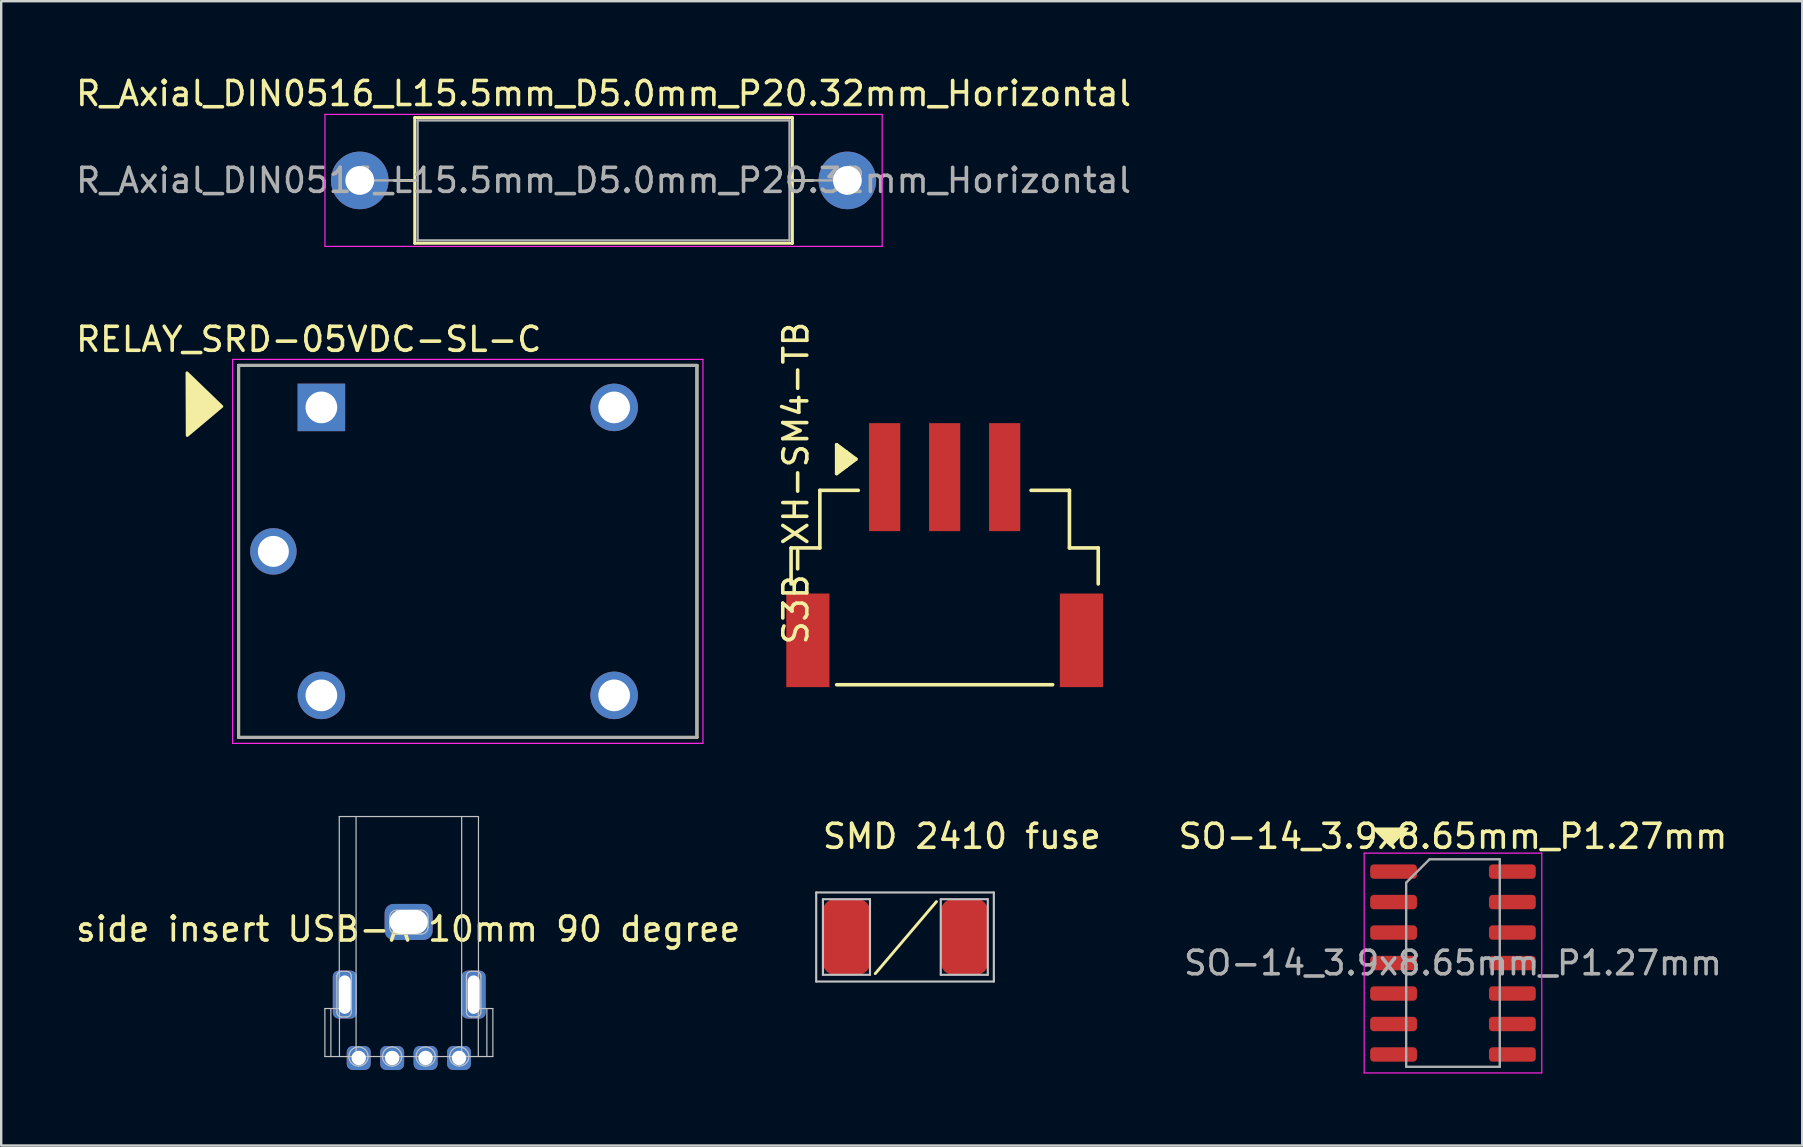
<source format=kicad_pcb>
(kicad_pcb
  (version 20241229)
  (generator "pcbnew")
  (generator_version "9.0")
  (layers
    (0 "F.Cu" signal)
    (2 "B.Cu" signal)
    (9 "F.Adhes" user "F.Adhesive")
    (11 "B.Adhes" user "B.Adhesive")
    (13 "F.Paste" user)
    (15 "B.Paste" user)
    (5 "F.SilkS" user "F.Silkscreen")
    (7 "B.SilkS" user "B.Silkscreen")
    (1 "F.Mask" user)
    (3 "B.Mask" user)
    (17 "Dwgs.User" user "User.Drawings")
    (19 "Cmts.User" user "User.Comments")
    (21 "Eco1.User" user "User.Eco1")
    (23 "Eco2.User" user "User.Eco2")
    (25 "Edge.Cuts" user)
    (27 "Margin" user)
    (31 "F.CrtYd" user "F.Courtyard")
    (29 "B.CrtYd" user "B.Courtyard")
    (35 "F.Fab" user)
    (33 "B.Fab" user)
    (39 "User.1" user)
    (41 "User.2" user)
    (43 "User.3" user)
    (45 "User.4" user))
  (footprint "side insert USB-A 10mm 90 degree"
    (layer "F.Cu")
    (at 13.958 36.167)
    (property "Reference" "side insert USB-A 10mm 90 degree" (at 0 -0.5 0) (unlocked yes) (layer "F.SilkS") (effects (font (size 1 1) (thickness 0.15))))
    (attr smd)
    (fp_line (start -3.47 2.81) (end -2.863 2.81) (stroke (width 0.05) (type solid)) (layer "Dwgs.User"))
    (fp_line (start -3.47 4.81) (end -3.47 2.81) (stroke (width 0.05) (type solid)) (layer "Dwgs.User"))
    (fp_line (start -3.47 4.81) (end 3.53 4.81) (stroke (width 0.05) (type solid)) (layer "Dwgs.User"))
    (fp_line (start -3.22 4.81) (end -3.22 2.81) (stroke (width 0.05) (type solid)) (layer "Dwgs.User"))
    (fp_line (start -2.87 -5.19) (end -2.87 2.81) (stroke (width 0.05) (type solid)) (layer "Dwgs.User"))
    (fp_line (start -2.87 -5.19) (end 2.93 -5.19) (stroke (width 0.05) (type solid)) (layer "Dwgs.User"))
    (fp_line (start -2.863 2.81) (end -2.863 4.81) (stroke (width 0.05) (type solid)) (layer "Dwgs.User"))
    (fp_line (start -2.17 -5.19) (end -2.17 4.81) (stroke (width 0.05) (type solid)) (layer "Dwgs.User"))
    (fp_line (start 2.23 -5.19) (end 2.23 4.81) (stroke (width 0.05) (type solid)) (layer "Dwgs.User"))
    (fp_line (start 2.923 2.81) (end 2.923 4.81) (stroke (width 0.05) (type solid)) (layer "Dwgs.User"))
    (fp_line (start 2.923 2.81) (end 3.53 2.81) (stroke (width 0.05) (type solid)) (layer "Dwgs.User"))
    (fp_line (start 2.93 -5.19) (end 2.93 2.81) (stroke (width 0.05) (type solid)) (layer "Dwgs.User"))
    (fp_line (start 3.28 4.81) (end 3.28 2.81) (stroke (width 0.05) (type solid)) (layer "Dwgs.User"))
    (fp_line (start 3.53 4.81) (end 3.53 2.81) (stroke (width 0.05) (type solid)) (layer "Dwgs.User"))
    (fp_curve (pts (xy -2.97 1.456) (xy -2.97 1.348) (xy -2.882 1.26) (xy -2.774 1.26)) (stroke (width 0.05) (type solid)) (layer "Dwgs.User"))
    (fp_curve (pts (xy -2.97 2.964) (xy -2.97 2.964) (xy -2.97 1.456) (xy -2.97 1.456)) (stroke (width 0.05) (type solid)) (layer "Dwgs.User"))
    (fp_curve (pts (xy -2.774 1.26) (xy -2.774 1.26) (xy -2.566 1.26) (xy -2.566 1.26)) (stroke (width 0.05) (type solid)) (layer "Dwgs.User"))
    (fp_curve (pts (xy -2.774 3.16) (xy -2.882 3.16) (xy -2.97 3.072) (xy -2.97 2.964)) (stroke (width 0.05) (type solid)) (layer "Dwgs.User"))
    (fp_curve (pts (xy -2.566 1.26) (xy -2.458 1.26) (xy -2.37 1.348) (xy -2.37 1.456)) (stroke (width 0.05) (type solid)) (layer "Dwgs.User"))
    (fp_curve (pts (xy -2.566 3.16) (xy -2.566 3.16) (xy -2.774 3.16) (xy -2.774 3.16)) (stroke (width 0.05) (type solid)) (layer "Dwgs.User"))
    (fp_curve (pts (xy -2.47 4.81) (xy -2.47 4.589) (xy -2.291 4.41) (xy -2.07 4.41)) (stroke (width 0.05) (type solid)) (layer "Dwgs.User"))
    (fp_curve (pts (xy -2.37 1.456) (xy -2.37 1.456) (xy -2.37 2.964) (xy -2.37 2.964)) (stroke (width 0.05) (type solid)) (layer "Dwgs.User"))
    (fp_curve (pts (xy -2.37 2.964) (xy -2.37 3.072) (xy -2.458 3.16) (xy -2.566 3.16)) (stroke (width 0.05) (type solid)) (layer "Dwgs.User"))
    (fp_curve (pts (xy -2.07 4.41) (xy -1.849 4.41) (xy -1.67 4.589) (xy -1.67 4.81)) (stroke (width 0.05) (type solid)) (layer "Dwgs.User"))
    (fp_curve (pts (xy -2.07 5.21) (xy -2.291 5.21) (xy -2.47 5.031) (xy -2.47 4.81)) (stroke (width 0.05) (type solid)) (layer "Dwgs.User"))
    (fp_curve (pts (xy -1.67 4.81) (xy -1.67 5.031) (xy -1.849 5.21) (xy -2.07 5.21)) (stroke (width 0.05) (type solid)) (layer "Dwgs.User"))
    (fp_curve (pts (xy -1.07 4.81) (xy -1.07 4.589) (xy -0.891 4.41) (xy -0.67 4.41)) (stroke (width 0.05) (type solid)) (layer "Dwgs.User"))
    (fp_curve (pts (xy -0.77 -1) (xy -0.77 -1.16) (xy -0.64 -1.29) (xy -0.48 -1.29)) (stroke (width 0.05) (type solid)) (layer "Dwgs.User"))
    (fp_curve (pts (xy -0.77 -0.58) (xy -0.77 -0.58) (xy -0.77 -1) (xy -0.77 -1)) (stroke (width 0.05) (type solid)) (layer "Dwgs.User"))
    (fp_curve (pts (xy -0.67 4.41) (xy -0.449 4.41) (xy -0.27 4.589) (xy -0.27 4.81)) (stroke (width 0.05) (type solid)) (layer "Dwgs.User"))
    (fp_curve (pts (xy -0.67 5.21) (xy -0.891 5.21) (xy -1.07 5.031) (xy -1.07 4.81)) (stroke (width 0.05) (type solid)) (layer "Dwgs.User"))
    (fp_curve (pts (xy -0.48 -1.29) (xy -0.48 -1.29) (xy 0.54 -1.29) (xy 0.54 -1.29)) (stroke (width 0.05) (type solid)) (layer "Dwgs.User"))
    (fp_curve (pts (xy -0.48 -0.29) (xy -0.64 -0.29) (xy -0.77 -0.42) (xy -0.77 -0.58)) (stroke (width 0.05) (type solid)) (layer "Dwgs.User"))
    (fp_curve (pts (xy -0.27 4.81) (xy -0.27 5.031) (xy -0.449 5.21) (xy -0.67 5.21)) (stroke (width 0.05) (type solid)) (layer "Dwgs.User"))
    (fp_curve (pts (xy 0.33 4.81) (xy 0.33 4.589) (xy 0.509 4.41) (xy 0.73 4.41)) (stroke (width 0.05) (type solid)) (layer "Dwgs.User"))
    (fp_curve (pts (xy 0.54 -1.29) (xy 0.7 -1.29) (xy 0.83 -1.16) (xy 0.83 -1)) (stroke (width 0.05) (type solid)) (layer "Dwgs.User"))
    (fp_curve (pts (xy 0.54 -0.29) (xy 0.54 -0.29) (xy -0.48 -0.29) (xy -0.48 -0.29)) (stroke (width 0.05) (type solid)) (layer "Dwgs.User"))
    (fp_curve (pts (xy 0.73 4.41) (xy 0.951 4.41) (xy 1.13 4.589) (xy 1.13 4.81)) (stroke (width 0.05) (type solid)) (layer "Dwgs.User"))
    (fp_curve (pts (xy 0.73 5.21) (xy 0.509 5.21) (xy 0.33 5.031) (xy 0.33 4.81)) (stroke (width 0.05) (type solid)) (layer "Dwgs.User"))
    (fp_curve (pts (xy 0.83 -1) (xy 0.83 -1) (xy 0.83 -0.58) (xy 0.83 -0.58)) (stroke (width 0.05) (type solid)) (layer "Dwgs.User"))
    (fp_curve (pts (xy 0.83 -0.58) (xy 0.83 -0.42) (xy 0.7 -0.29) (xy 0.54 -0.29)) (stroke (width 0.05) (type solid)) (layer "Dwgs.User"))
    (fp_curve (pts (xy 1.13 4.81) (xy 1.13 5.031) (xy 0.951 5.21) (xy 0.73 5.21)) (stroke (width 0.05) (type solid)) (layer "Dwgs.User"))
    (fp_curve (pts (xy 1.73 4.81) (xy 1.73 4.589) (xy 1.909 4.41) (xy 2.13 4.41)) (stroke (width 0.05) (type solid)) (layer "Dwgs.User"))
    (fp_curve (pts (xy 2.13 4.41) (xy 2.351 4.41) (xy 2.53 4.589) (xy 2.53 4.81)) (stroke (width 0.05) (type solid)) (layer "Dwgs.User"))
    (fp_curve (pts (xy 2.13 5.21) (xy 1.909 5.21) (xy 1.73 5.031) (xy 1.73 4.81)) (stroke (width 0.05) (type solid)) (layer "Dwgs.User"))
    (fp_curve (pts (xy 2.43 1.456) (xy 2.43 1.348) (xy 2.518 1.26) (xy 2.626 1.26)) (stroke (width 0.05) (type solid)) (layer "Dwgs.User"))
    (fp_curve (pts (xy 2.43 2.964) (xy 2.43 2.964) (xy 2.43 1.456) (xy 2.43 1.456)) (stroke (width 0.05) (type solid)) (layer "Dwgs.User"))
    (fp_curve (pts (xy 2.53 4.81) (xy 2.53 5.031) (xy 2.351 5.21) (xy 2.13 5.21)) (stroke (width 0.05) (type solid)) (layer "Dwgs.User"))
    (fp_curve (pts (xy 2.626 1.26) (xy 2.626 1.26) (xy 2.834 1.26) (xy 2.834 1.26)) (stroke (width 0.05) (type solid)) (layer "Dwgs.User"))
    (fp_curve (pts (xy 2.626 3.16) (xy 2.518 3.16) (xy 2.43 3.072) (xy 2.43 2.964)) (stroke (width 0.05) (type solid)) (layer "Dwgs.User"))
    (fp_curve (pts (xy 2.834 1.26) (xy 2.942 1.26) (xy 3.03 1.348) (xy 3.03 1.456)) (stroke (width 0.05) (type solid)) (layer "Dwgs.User"))
    (fp_curve (pts (xy 2.834 3.16) (xy 2.834 3.16) (xy 2.626 3.16) (xy 2.626 3.16)) (stroke (width 0.05) (type solid)) (layer "Dwgs.User"))
    (fp_curve (pts (xy 3.03 1.456) (xy 3.03 1.456) (xy 3.03 2.964) (xy 3.03 2.964)) (stroke (width 0.05) (type solid)) (layer "Dwgs.User"))
    (fp_curve (pts (xy 3.03 2.964) (xy 3.03 3.072) (xy 2.942 3.16) (xy 2.834 3.16)) (stroke (width 0.05) (type solid)) (layer "Dwgs.User"))
    (pad "1" thru_hole roundrect (at -2.06 4.87) (size 1 1) (drill oval 0.6) (layers "*.Cu" "*.Mask") (roundrect_rratio 0.25))
    (pad "2" thru_hole roundrect (at -0.667 4.87) (size 1 1) (drill oval 0.6) (layers "*.Cu" "*.Mask") (roundrect_rratio 0.25))
    (pad "3" thru_hole roundrect (at 0.727 4.87) (size 1 1) (drill oval 0.6) (layers "*.Cu" "*.Mask") (roundrect_rratio 0.25))
    (pad "4" thru_hole roundrect (at 2.12 4.87) (size 1 1) (drill oval 0.6) (layers "*.Cu" "*.Mask") (roundrect_rratio 0.25))
    (pad "5" thru_hole roundrect (at -2.64 2.23) (size 1 2) (drill oval 0.5 1.6) (layers "*.Cu" "*.Mask") (roundrect_rratio 0.25))
    (pad "5" thru_hole roundrect (at 0.02 -0.8 90) (size 1.5 2) (drill oval 1 1.6) (layers "*.Cu" "*.Mask") (roundrect_rratio 0.25))
    (pad "5" thru_hole roundrect (at 2.73 2.23) (size 1 2) (drill oval 0.5 1.6) (layers "*.Cu" "*.Mask") (roundrect_rratio 0.25)))
  (footprint "SMD 2410 fuse"
    (layer "F.Cu")
    (at 37.033 32.301)
    (property "Reference" "SMD 2410 fuse" (at 0 -0.5 0) (unlocked yes) (layer "F.SilkS") (effects (font (size 1 1) (thickness 0.15))))
    (attr smd)
    (fp_line (start -1.06 2.22) (end -3.61 5.22) (stroke (width 0.12) (type solid)) (layer "F.SilkS"))
    (fp_line (start -6.071 1.84) (end 1.331 1.84) (stroke (width 0.09) (type solid)) (layer "Dwgs.User"))
    (fp_line (start -6.071 5.55) (end -6.071 1.84) (stroke (width 0.09) (type solid)) (layer "Dwgs.User"))
    (fp_line (start -5.79 2.12) (end -3.83 2.12) (stroke (width 0.09) (type solid)) (layer "Dwgs.User"))
    (fp_line (start -5.79 5.27) (end -5.79 2.12) (stroke (width 0.09) (type solid)) (layer "Dwgs.User"))
    (fp_line (start -3.83 2.12) (end -3.83 5.27) (stroke (width 0.09) (type solid)) (layer "Dwgs.User"))
    (fp_line (start -3.83 5.27) (end -5.79 5.27) (stroke (width 0.09) (type solid)) (layer "Dwgs.User"))
    (fp_line (start -0.88 2.12) (end 1.08 2.12) (stroke (width 0.09) (type solid)) (layer "Dwgs.User"))
    (fp_line (start -0.88 5.27) (end -0.88 2.12) (stroke (width 0.09) (type solid)) (layer "Dwgs.User"))
    (fp_line (start 1.08 2.12) (end 1.08 5.27) (stroke (width 0.09) (type solid)) (layer "Dwgs.User"))
    (fp_line (start 1.08 5.27) (end -0.88 5.27) (stroke (width 0.09) (type solid)) (layer "Dwgs.User"))
    (fp_line (start 1.331 1.84) (end 1.331 5.55) (stroke (width 0.09) (type solid)) (layer "Dwgs.User"))
    (fp_line (start 1.331 5.55) (end -6.071 5.55) (stroke (width 0.09) (type solid)) (layer "Dwgs.User"))
    (pad "1" smd roundrect (at -4.81 3.69 90) (size 3.15 1.96) (layers "F.Cu" "F.Mask" "F.Paste") (roundrect_rratio 0.25))
    (pad "2" smd roundrect (at 0.11 3.69 90) (size 3.15 1.96) (layers "F.Cu" "F.Mask" "F.Paste") (roundrect_rratio 0.25)))
  (footprint "R_Axial_DIN0516_L15.5mm_D5.0mm_P20.32mm_Horizontal"
    (layer "F.Cu")
    (at 11.941 4.468)
    (property "Reference" "R_Axial_DIN0516_L15.5mm_D5.0mm_P20.32mm_Horizontal" (at 10.16 -3.62 0) (layer "F.SilkS") (effects (font (size 1 1) (thickness 0.15))))
    (attr through_hole)
    (fp_line (start 1.44 0) (end 2.29 0) (stroke (width 0.12) (type solid)) (layer "F.SilkS"))
    (fp_line (start 2.29 -2.62) (end 2.29 2.62) (stroke (width 0.12) (type solid)) (layer "F.SilkS"))
    (fp_line (start 2.29 2.62) (end 18.03 2.62) (stroke (width 0.12) (type solid)) (layer "F.SilkS"))
    (fp_line (start 18.03 -2.62) (end 2.29 -2.62) (stroke (width 0.12) (type solid)) (layer "F.SilkS"))
    (fp_line (start 18.03 2.62) (end 18.03 -2.62) (stroke (width 0.12) (type solid)) (layer "F.SilkS"))
    (fp_line (start 18.88 0) (end 18.03 0) (stroke (width 0.12) (type solid)) (layer "F.SilkS"))
    (fp_line (start -1.45 -2.75) (end -1.45 2.75) (stroke (width 0.05) (type solid)) (layer "F.CrtYd"))
    (fp_line (start -1.45 2.75) (end 21.77 2.75) (stroke (width 0.05) (type solid)) (layer "F.CrtYd"))
    (fp_line (start 21.77 -2.75) (end -1.45 -2.75) (stroke (width 0.05) (type solid)) (layer "F.CrtYd"))
    (fp_line (start 21.77 2.75) (end 21.77 -2.75) (stroke (width 0.05) (type solid)) (layer "F.CrtYd"))
    (fp_line (start 0 0) (end 2.41 0) (stroke (width 0.1) (type solid)) (layer "F.Fab"))
    (fp_line (start 2.41 -2.5) (end 2.41 2.5) (stroke (width 0.1) (type solid)) (layer "F.Fab"))
    (fp_line (start 2.41 2.5) (end 17.91 2.5) (stroke (width 0.1) (type solid)) (layer "F.Fab"))
    (fp_line (start 17.91 -2.5) (end 2.41 -2.5) (stroke (width 0.1) (type solid)) (layer "F.Fab"))
    (fp_line (start 17.91 2.5) (end 17.91 -2.5) (stroke (width 0.1) (type solid)) (layer "F.Fab"))
    (fp_line (start 20.32 0) (end 17.91 0) (stroke (width 0.1) (type solid)) (layer "F.Fab"))
    (fp_text user "${REFERENCE}" (at 10.16 0 0) (layer "F.Fab") (effects (font (size 1 1) (thickness 0.15))))
    (pad "1" thru_hole circle (at 0 0) (size 2.4 2.4) (drill 1.2) (layers "*.Cu" "*.Mask"))
    (pad "2" thru_hole oval (at 20.32 0) (size 2.4 2.4) (drill 1.2) (layers "*.Cu" "*.Mask")))
  (footprint "SO-14_3.9x8.65mm_P1.27mm"
    (layer "F.Cu")
    (at 57.497 37.081)
    (property "Reference" "SO-14_3.9x8.65mm_P1.27mm" (at 0 -5.28 0) (layer "F.SilkS") (effects (font (size 1 1) (thickness 0.15))))
    (attr smd)
    (fp_poly (pts (xy -2.6 -4.9) (xy -3.3 -5.6) (xy -1.9 -5.6)) (stroke (width 0.1) (type solid)) (fill yes) (layer "F.SilkS"))
    (fp_line (start -3.7 -4.58) (end -3.7 4.58) (stroke (width 0.05) (type solid)) (layer "F.CrtYd"))
    (fp_line (start -3.7 4.58) (end 3.7 4.58) (stroke (width 0.05) (type solid)) (layer "F.CrtYd"))
    (fp_line (start 3.7 -4.58) (end -3.7 -4.58) (stroke (width 0.05) (type solid)) (layer "F.CrtYd"))
    (fp_line (start 3.7 4.58) (end 3.7 -4.58) (stroke (width 0.05) (type solid)) (layer "F.CrtYd"))
    (fp_line (start -1.95 -3.35) (end -0.975 -4.325) (stroke (width 0.1) (type solid)) (layer "F.Fab"))
    (fp_line (start -1.95 4.325) (end -1.95 -3.35) (stroke (width 0.1) (type solid)) (layer "F.Fab"))
    (fp_line (start -0.975 -4.325) (end 1.95 -4.325) (stroke (width 0.1) (type solid)) (layer "F.Fab"))
    (fp_line (start 1.95 -4.325) (end 1.95 4.325) (stroke (width 0.1) (type solid)) (layer "F.Fab"))
    (fp_line (start 1.95 4.325) (end -1.95 4.325) (stroke (width 0.1) (type solid)) (layer "F.Fab"))
    (fp_text user "${REFERENCE}" (at 0 0 0) (layer "F.Fab") (effects (font (size 0.98 0.98) (thickness 0.15))))
    (pad "1" smd roundrect (at -2.475 -3.81) (size 1.95 0.6) (layers "F.Cu" "F.Mask" "F.Paste") (roundrect_rratio 0.25))
    (pad "2" smd roundrect (at -2.475 -2.54) (size 1.95 0.6) (layers "F.Cu" "F.Mask" "F.Paste") (roundrect_rratio 0.25))
    (pad "3" smd roundrect (at -2.475 -1.27) (size 1.95 0.6) (layers "F.Cu" "F.Mask" "F.Paste") (roundrect_rratio 0.25))
    (pad "4" smd roundrect (at -2.475 0) (size 1.95 0.6) (layers "F.Cu" "F.Mask" "F.Paste") (roundrect_rratio 0.25))
    (pad "5" smd roundrect (at -2.475 1.27) (size 1.95 0.6) (layers "F.Cu" "F.Mask" "F.Paste") (roundrect_rratio 0.25))
    (pad "6" smd roundrect (at -2.475 2.54) (size 1.95 0.6) (layers "F.Cu" "F.Mask" "F.Paste") (roundrect_rratio 0.25))
    (pad "7" smd roundrect (at -2.475 3.81) (size 1.95 0.6) (layers "F.Cu" "F.Mask" "F.Paste") (roundrect_rratio 0.25))
    (pad "8" smd roundrect (at 2.475 3.81) (size 1.95 0.6) (layers "F.Cu" "F.Mask" "F.Paste") (roundrect_rratio 0.25))
    (pad "9" smd roundrect (at 2.475 2.54) (size 1.95 0.6) (layers "F.Cu" "F.Mask" "F.Paste") (roundrect_rratio 0.25))
    (pad "10" smd roundrect (at 2.475 1.27) (size 1.95 0.6) (layers "F.Cu" "F.Mask" "F.Paste") (roundrect_rratio 0.25))
    (pad "11" smd roundrect (at 2.475 0) (size 1.95 0.6) (layers "F.Cu" "F.Mask" "F.Paste") (roundrect_rratio 0.25))
    (pad "12" smd roundrect (at 2.475 -1.27) (size 1.95 0.6) (layers "F.Cu" "F.Mask" "F.Paste") (roundrect_rratio 0.25))
    (pad "13" smd roundrect (at 2.475 -2.54) (size 1.95 0.6) (layers "F.Cu" "F.Mask" "F.Paste") (roundrect_rratio 0.25))
    (pad "14" smd roundrect (at 2.475 -3.81) (size 1.95 0.6) (layers "F.Cu" "F.Mask" "F.Paste") (roundrect_rratio 0.25)))
  (footprint "S3B-XH-SM4-TB"
    (layer "F.Cu")
    (at 36.315 19.083)
    (property "Reference" "S3B-XH-SM4-TB" (at -6.2 -2 90) (layer "F.SilkS") (effects (font (size 1 1) (thickness 0.15))))
    (attr smd)
    (fp_line (start -6.4 2.2) (end -6.4 0.7) (stroke (width 0.15) (type solid)) (layer "F.SilkS"))
    (fp_line (start -5.2 -1.7) (end -5.2 0.7) (stroke (width 0.15) (type solid)) (layer "F.SilkS"))
    (fp_line (start -5.2 -1.7) (end -3.6 -1.7) (stroke (width 0.15) (type solid)) (layer "F.SilkS"))
    (fp_line (start -5.2 0.7) (end -6.4 0.7) (stroke (width 0.15) (type solid)) (layer "F.SilkS"))
    (fp_line (start -4.5 -3.6) (end -4.5 -2.4) (stroke (width 0.15) (type solid)) (layer "F.SilkS"))
    (fp_line (start -4.5 -2.4) (end -3.7 -3) (stroke (width 0.15) (type solid)) (layer "F.SilkS"))
    (fp_line (start -4.5 6.4) (end 4.5 6.4) (stroke (width 0.15) (type solid)) (layer "F.SilkS"))
    (fp_line (start -4.4 -3.5) (end -4.4 -2.5) (stroke (width 0.15) (type solid)) (layer "F.SilkS"))
    (fp_line (start -4.3 -3.4) (end -4.3 -2.6) (stroke (width 0.15) (type solid)) (layer "F.SilkS"))
    (fp_line (start -4.2 -3.3) (end -4.2 -2.7) (stroke (width 0.15) (type solid)) (layer "F.SilkS"))
    (fp_line (start -4.1 -3.3) (end -4.1 -2.7) (stroke (width 0.15) (type solid)) (layer "F.SilkS"))
    (fp_line (start -4 -3.2) (end -4 -2.8) (stroke (width 0.15) (type solid)) (layer "F.SilkS"))
    (fp_line (start -3.9 -3.1) (end -3.9 -2.9) (stroke (width 0.15) (type solid)) (layer "F.SilkS"))
    (fp_line (start -3.7 -3) (end -4.5 -3.6) (stroke (width 0.15) (type solid)) (layer "F.SilkS"))
    (fp_line (start 3.6 -1.7) (end 5.2 -1.7) (stroke (width 0.15) (type solid)) (layer "F.SilkS"))
    (fp_line (start 5.2 -1.7) (end 5.2 0.7) (stroke (width 0.15) (type solid)) (layer "F.SilkS"))
    (fp_line (start 6.4 0.7) (end 5.2 0.7) (stroke (width 0.15) (type solid)) (layer "F.SilkS"))
    (fp_line (start 6.4 2.2) (end 6.4 0.7) (stroke (width 0.15) (type solid)) (layer "F.SilkS"))
    (pad "" smd rect (at -5.7 4.55) (size 1.8 3.9) (layers "F.Cu" "F.Mask" "F.Paste"))
    (pad "" smd rect (at 5.7 4.55) (size 1.8 3.9) (layers "F.Cu" "F.Mask" "F.Paste"))
    (pad "1" smd rect (at -2.5 -2.25) (size 1.3 4.5) (layers "F.Cu" "F.Mask" "F.Paste"))
    (pad "2" smd rect (at 0 -2.25) (size 1.3 4.5) (layers "F.Cu" "F.Mask" "F.Paste"))
    (pad "3" smd rect (at 2.5 -2.25) (size 1.3 4.5) (layers "F.Cu" "F.Mask" "F.Paste")))
  (footprint "RELAY_SRD-05VDC-SL-C"
    (layer "F.Cu")
    (at 16.442 19.927)
    (property "Reference" "RELAY_SRD-05VDC-SL-C" (at -6.626 -8.836 0) (layer "F.SilkS") (effects (font (size 1 1) (thickness 0.15))))
    (attr through_hole)
    (fp_line (start -9.55 -7.75) (end 9.55 -7.75) (stroke (width 0.127) (type solid)) (layer "F.SilkS"))
    (fp_line (start -9.55 7.75) (end -9.55 -7.75) (stroke (width 0.127) (type solid)) (layer "F.SilkS"))
    (fp_line (start 9.55 -7.75) (end 9.55 7.75) (stroke (width 0.127) (type solid)) (layer "F.SilkS"))
    (fp_line (start 9.55 7.75) (end -9.55 7.75) (stroke (width 0.127) (type solid)) (layer "F.SilkS"))
    (fp_poly (pts (xy -10.25 -6.04) (xy -11.69 -4.83) (xy -11.7 -7.44)) (stroke (width 0.12) (type solid)) (fill yes) (layer "F.SilkS"))
    (fp_line (start -9.8 -8) (end 9.8 -8) (stroke (width 0.05) (type solid)) (layer "F.CrtYd"))
    (fp_line (start -9.8 8) (end -9.8 -8) (stroke (width 0.05) (type solid)) (layer "F.CrtYd"))
    (fp_line (start 9.8 -8) (end 9.8 8) (stroke (width 0.05) (type solid)) (layer "F.CrtYd"))
    (fp_line (start 9.8 8) (end -9.8 8) (stroke (width 0.05) (type solid)) (layer "F.CrtYd"))
    (fp_line (start -9.55 -7.75) (end 9.55 -7.75) (stroke (width 0.127) (type solid)) (layer "F.Fab"))
    (fp_line (start -9.55 7.75) (end -9.55 -7.75) (stroke (width 0.127) (type solid)) (layer "F.Fab"))
    (fp_line (start 9.55 -7.75) (end 9.55 7.75) (stroke (width 0.127) (type solid)) (layer "F.Fab"))
    (fp_line (start 9.55 7.75) (end -9.55 7.75) (stroke (width 0.127) (type solid)) (layer "F.Fab"))
    (pad "A1" thru_hole rect (at -6.1 -6) (size 1.98 1.98) (drill 1.32) (layers "*.Cu" "*.Mask"))
    (pad "A2" thru_hole circle (at -6.1 6) (size 1.98 1.98) (drill 1.32) (layers "*.Cu" "*.Mask"))
    (pad "COM" thru_hole circle (at -8.1 0) (size 1.935 1.935) (drill 1.29) (layers "*.Cu" "*.Mask"))
    (pad "NC" thru_hole circle (at 6.1 -6) (size 1.98 1.98) (drill 1.32) (layers "*.Cu" "*.Mask"))
    (pad "NO" thru_hole circle (at 6.1 6) (size 1.98 1.98) (drill 1.32) (layers "*.Cu" "*.Mask")))
  (gr_rect
    (start -3 -3)
    (end 72.051 44.686)
    (stroke (width 0.1) (type default))
    (fill no)
    (layer "Edge.Cuts")))
</source>
